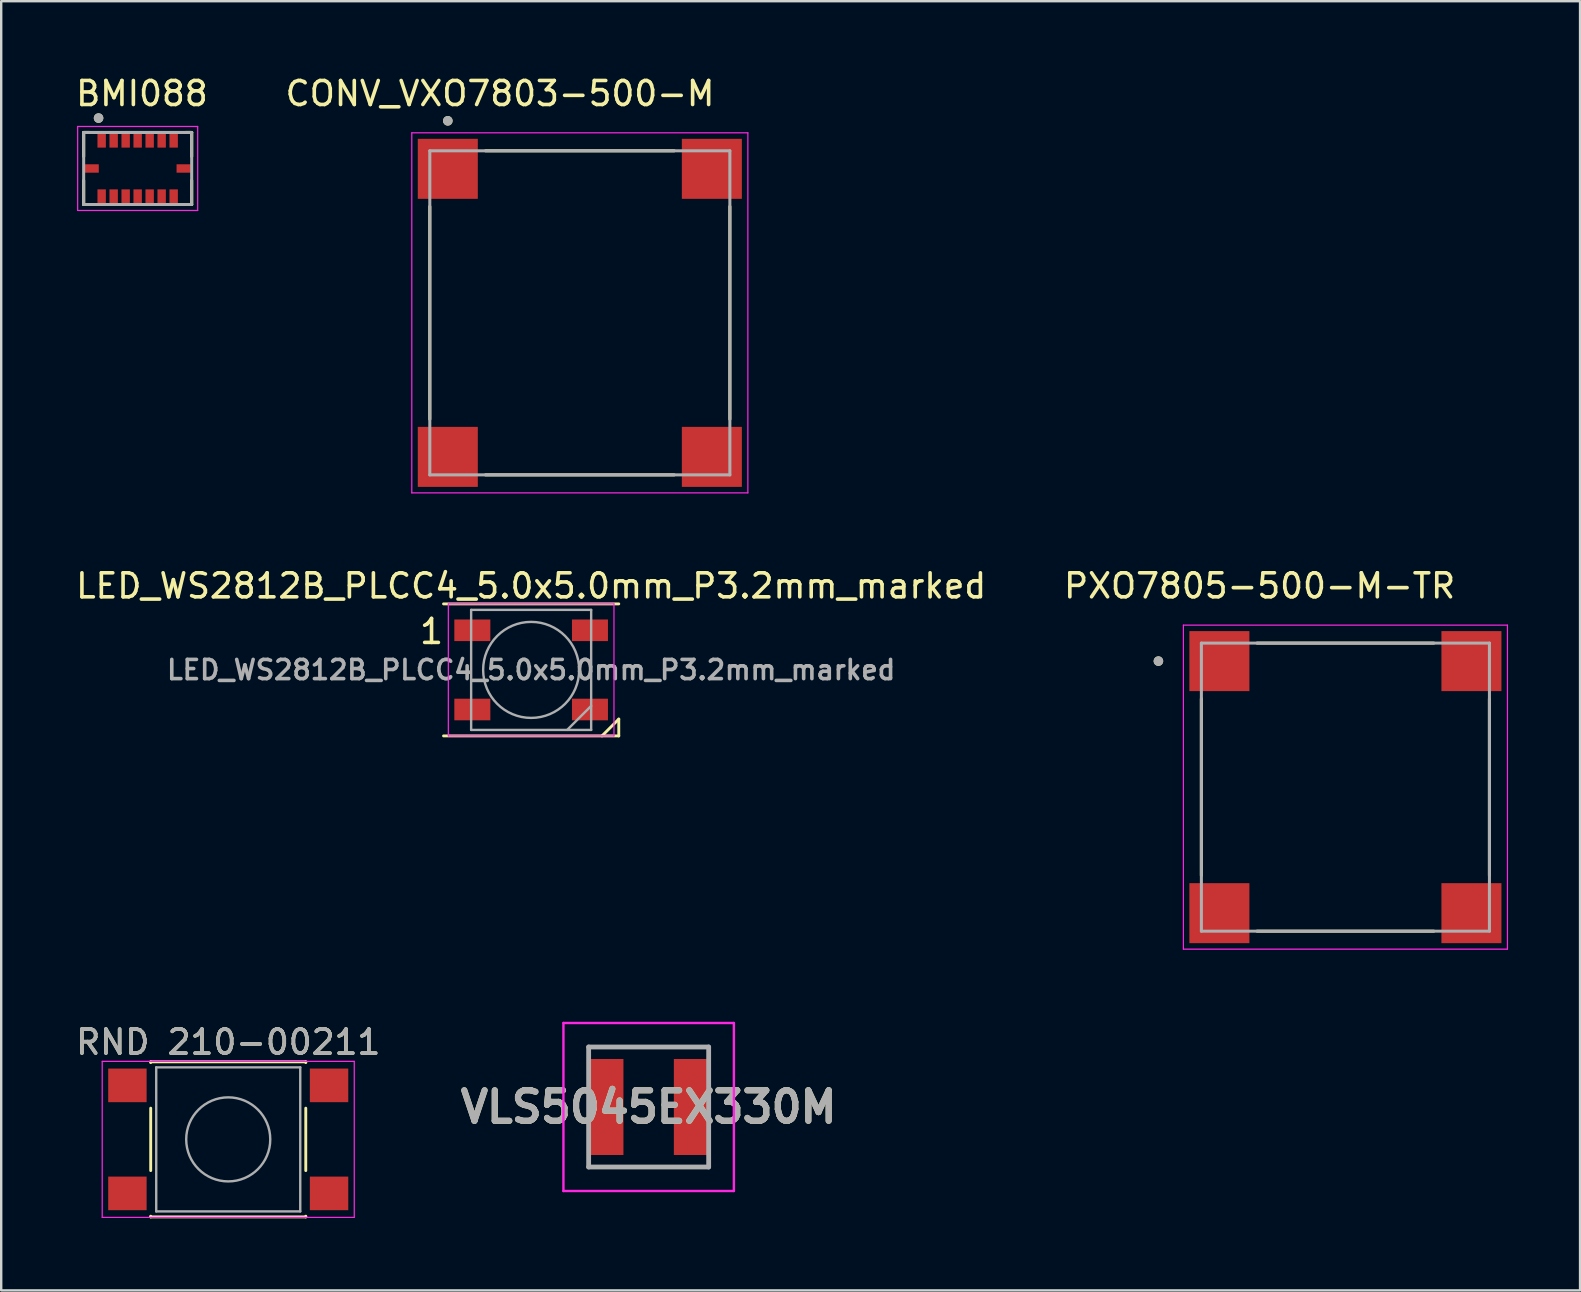
<source format=kicad_pcb>
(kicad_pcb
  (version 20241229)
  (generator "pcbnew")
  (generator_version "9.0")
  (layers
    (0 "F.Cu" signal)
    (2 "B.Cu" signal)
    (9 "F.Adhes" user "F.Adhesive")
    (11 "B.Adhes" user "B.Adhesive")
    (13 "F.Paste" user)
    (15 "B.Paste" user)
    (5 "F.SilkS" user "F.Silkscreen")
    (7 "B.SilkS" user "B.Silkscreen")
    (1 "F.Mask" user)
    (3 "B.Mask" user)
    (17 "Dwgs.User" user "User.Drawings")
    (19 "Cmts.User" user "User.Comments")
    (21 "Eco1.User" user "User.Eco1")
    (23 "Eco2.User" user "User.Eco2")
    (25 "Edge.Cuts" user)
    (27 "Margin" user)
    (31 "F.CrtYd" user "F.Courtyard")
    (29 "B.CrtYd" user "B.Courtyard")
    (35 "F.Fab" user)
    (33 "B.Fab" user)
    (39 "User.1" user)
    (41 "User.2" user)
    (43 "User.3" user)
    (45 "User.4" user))
  (footprint "RND 210-00211"
    (layer "F.Cu")
    (at 6.458 44.415)
    (property "Reference" "RND 210-00211" (at 0 -4.05 0) (layer "F.SilkS") (effects (font (size 1 1) (thickness 0.15))))
    (attr smd)
    (fp_line (start -3.23 -3.23) (end 3.23 -3.23) (stroke (width 0.12) (type solid)) (layer "F.SilkS"))
    (fp_line (start -3.23 -3.2) (end -3.23 -3.23) (stroke (width 0.12) (type solid)) (layer "F.SilkS"))
    (fp_line (start -3.23 -1.3) (end -3.23 1.3) (stroke (width 0.12) (type solid)) (layer "F.SilkS"))
    (fp_line (start -3.23 3.23) (end -3.23 3.2) (stroke (width 0.12) (type solid)) (layer "F.SilkS"))
    (fp_line (start -3.23 3.23) (end 3.23 3.23) (stroke (width 0.12) (type solid)) (layer "F.SilkS"))
    (fp_line (start 3.23 -3.23) (end 3.23 -3.2) (stroke (width 0.12) (type solid)) (layer "F.SilkS"))
    (fp_line (start 3.23 -1.3) (end 3.23 1.3) (stroke (width 0.12) (type solid)) (layer "F.SilkS"))
    (fp_line (start 3.23 3.23) (end 3.23 3.2) (stroke (width 0.12) (type solid)) (layer "F.SilkS"))
    (fp_line (start -5.25 -3.25) (end -5.25 3.25) (stroke (width 0.05) (type solid)) (layer "F.CrtYd"))
    (fp_line (start -5.25 -3.25) (end 5.25 -3.25) (stroke (width 0.05) (type solid)) (layer "F.CrtYd"))
    (fp_line (start -5.25 3.25) (end 5.25 3.25) (stroke (width 0.05) (type solid)) (layer "F.CrtYd"))
    (fp_line (start 5.25 3.25) (end 5.25 -3.25) (stroke (width 0.05) (type solid)) (layer "F.CrtYd"))
    (fp_line (start -3 -3) (end -3 3) (stroke (width 0.1) (type solid)) (layer "F.Fab"))
    (fp_line (start -3 3) (end 3 3) (stroke (width 0.1) (type solid)) (layer "F.Fab"))
    (fp_line (start 3 -3) (end -3 -3) (stroke (width 0.1) (type solid)) (layer "F.Fab"))
    (fp_line (start 3 3) (end 3 -3) (stroke (width 0.1) (type solid)) (layer "F.Fab"))
    (fp_circle (center 0 0) (end 1.75 -0.05) (stroke (width 0.1) (type solid)) (fill no) (layer "F.Fab"))
    (fp_text user "${REFERENCE}" (at 0 -4.05 0) (layer "F.Fab") (effects (font (size 1 1) (thickness 0.15))))
    (pad "1" smd rect (at -4.2 -2.25) (size 1.6 1.4) (layers "F.Cu" "F.Mask" "F.Paste"))
    (pad "1" smd rect (at 4.2 -2.25) (size 1.6 1.4) (layers "F.Cu" "F.Mask" "F.Paste"))
    (pad "2" smd rect (at -4.2 2.25) (size 1.6 1.4) (layers "F.Cu" "F.Mask" "F.Paste"))
    (pad "2" smd rect (at 4.2 2.25) (size 1.6 1.4) (layers "F.Cu" "F.Mask" "F.Paste")))
  (footprint "PXO7805-500-M-TR"
    (layer "F.Cu")
    (at 52.998 29.741)
    (property "Reference" "PXO7805-500-M-TR" (at -3.575 -8.385 0) (layer "F.SilkS") (effects (font (size 1 1) (thickness 0.15))))
    (attr smd)
    (fp_line (start -6 -3.68) (end -6 3.68) (stroke (width 0.127) (type solid)) (layer "F.SilkS"))
    (fp_line (start -3.68 -6) (end 3.68 -6) (stroke (width 0.127) (type solid)) (layer "F.SilkS"))
    (fp_line (start -3.68 6) (end 3.68 6) (stroke (width 0.127) (type solid)) (layer "F.SilkS"))
    (fp_line (start 6 -3.68) (end 6 3.68) (stroke (width 0.127) (type solid)) (layer "F.SilkS"))
    (fp_circle (center -7.79 -5.25) (end -7.69 -5.25) (stroke (width 0.2) (type solid)) (fill no) (layer "F.SilkS"))
    (fp_line (start -6.75 -6.75) (end -6.75 6.75) (stroke (width 0.05) (type solid)) (layer "F.CrtYd"))
    (fp_line (start -6.75 6.75) (end 6.75 6.75) (stroke (width 0.05) (type solid)) (layer "F.CrtYd"))
    (fp_line (start 6.75 -6.75) (end -6.75 -6.75) (stroke (width 0.05) (type solid)) (layer "F.CrtYd"))
    (fp_line (start 6.75 6.75) (end 6.75 -6.75) (stroke (width 0.05) (type solid)) (layer "F.CrtYd"))
    (fp_line (start -6 -6) (end 6 -6) (stroke (width 0.127) (type solid)) (layer "F.Fab"))
    (fp_line (start -6 6) (end -6 -6) (stroke (width 0.127) (type solid)) (layer "F.Fab"))
    (fp_line (start 6 -6) (end 6 6) (stroke (width 0.127) (type solid)) (layer "F.Fab"))
    (fp_line (start 6 6) (end -6 6) (stroke (width 0.127) (type solid)) (layer "F.Fab"))
    (fp_circle (center -7.79 -5.25) (end -7.69 -5.25) (stroke (width 0.2) (type solid)) (fill no) (layer "F.Fab"))
    (pad "1" smd rect (at -5.25 -5.25) (size 2.5 2.5) (layers "F.Cu" "F.Mask" "F.Paste"))
    (pad "2" smd rect (at -5.25 5.25) (size 2.5 2.5) (layers "F.Cu" "F.Mask" "F.Paste"))
    (pad "3" smd rect (at 5.25 5.25) (size 2.5 2.5) (layers "F.Cu" "F.Mask" "F.Paste"))
    (pad "4" smd rect (at 5.25 -5.25) (size 2.5 2.5) (layers "F.Cu" "F.Mask" "F.Paste")))
  (footprint "BMI088"
    (layer "F.Cu")
    (at 2.685 3.969)
    (property "Reference" "BMI088" (at 0.178 -3.121 0) (layer "F.SilkS") (effects (font (size 1 1) (thickness 0.15))))
    (attr smd)
    (fp_line (start -2.25 -1.5) (end -2 -1.5) (stroke (width 0.127) (type solid)) (layer "F.SilkS"))
    (fp_line (start -2.25 -0.5) (end -2.25 -1.5) (stroke (width 0.127) (type solid)) (layer "F.SilkS"))
    (fp_line (start -2.25 1.5) (end -2.25 0.5) (stroke (width 0.127) (type solid)) (layer "F.SilkS"))
    (fp_line (start -2 1.5) (end -2.25 1.5) (stroke (width 0.127) (type solid)) (layer "F.SilkS"))
    (fp_line (start 2.25 -1.5) (end 2 -1.5) (stroke (width 0.127) (type solid)) (layer "F.SilkS"))
    (fp_line (start 2.25 -0.5) (end 2.25 -1.5) (stroke (width 0.127) (type solid)) (layer "F.SilkS"))
    (fp_line (start 2.25 0.5) (end 2.25 1.5) (stroke (width 0.127) (type solid)) (layer "F.SilkS"))
    (fp_line (start 2.25 1.5) (end 2 1.5) (stroke (width 0.127) (type solid)) (layer "F.SilkS"))
    (fp_circle (center -1.629 -2.1) (end -1.529 -2.1) (stroke (width 0.2) (type solid)) (fill no) (layer "F.SilkS"))
    (fp_line (start -2.5 -1.75) (end 2.5 -1.75) (stroke (width 0.05) (type solid)) (layer "F.CrtYd"))
    (fp_line (start -2.5 1.75) (end -2.5 -1.75) (stroke (width 0.05) (type solid)) (layer "F.CrtYd"))
    (fp_line (start 2.5 -1.75) (end 2.5 1.75) (stroke (width 0.05) (type solid)) (layer "F.CrtYd"))
    (fp_line (start 2.5 1.75) (end -2.5 1.75) (stroke (width 0.05) (type solid)) (layer "F.CrtYd"))
    (fp_line (start -2.25 -1.5) (end 2.25 -1.5) (stroke (width 0.127) (type solid)) (layer "F.Fab"))
    (fp_line (start -2.25 1.5) (end -2.25 -1.5) (stroke (width 0.127) (type solid)) (layer "F.Fab"))
    (fp_line (start 2.25 -1.5) (end 2.25 1.5) (stroke (width 0.127) (type solid)) (layer "F.Fab"))
    (fp_line (start 2.25 1.5) (end -2.25 1.5) (stroke (width 0.127) (type solid)) (layer "F.Fab"))
    (fp_circle (center -1.629 -2.1) (end -1.529 -2.1) (stroke (width 0.2) (type solid)) (fill no) (layer "F.Fab"))
    (pad "1" smd rect (at -1.5 -1.165 270) (size 0.59 0.35) (layers "F.Cu" "F.Mask" "F.Paste"))
    (pad "2" smd rect (at -1 -1.165 270) (size 0.59 0.35) (layers "F.Cu" "F.Mask" "F.Paste"))
    (pad "3" smd rect (at -0.5 -1.165 270) (size 0.59 0.35) (layers "F.Cu" "F.Mask" "F.Paste"))
    (pad "4" smd rect (at 0 -1.165 270) (size 0.59 0.35) (layers "F.Cu" "F.Mask" "F.Paste"))
    (pad "5" smd rect (at 0.5 -1.165 270) (size 0.59 0.35) (layers "F.Cu" "F.Mask" "F.Paste"))
    (pad "6" smd rect (at 1 -1.165 270) (size 0.59 0.35) (layers "F.Cu" "F.Mask" "F.Paste"))
    (pad "7" smd rect (at 1.5 -1.165 270) (size 0.59 0.35) (layers "F.Cu" "F.Mask" "F.Paste"))
    (pad "8" smd rect (at 1.915 0 180) (size 0.59 0.35) (layers "F.Cu" "F.Mask" "F.Paste"))
    (pad "9" smd rect (at 1.5 1.165 90) (size 0.59 0.35) (layers "F.Cu" "F.Mask" "F.Paste"))
    (pad "10" smd rect (at 1 1.165 90) (size 0.59 0.35) (layers "F.Cu" "F.Mask" "F.Paste"))
    (pad "11" smd rect (at 0.5 1.165 90) (size 0.59 0.35) (layers "F.Cu" "F.Mask" "F.Paste"))
    (pad "12" smd rect (at 0 1.165 90) (size 0.59 0.35) (layers "F.Cu" "F.Mask" "F.Paste"))
    (pad "13" smd rect (at -0.5 1.165 90) (size 0.59 0.35) (layers "F.Cu" "F.Mask" "F.Paste"))
    (pad "14" smd rect (at -1 1.165 90) (size 0.59 0.35) (layers "F.Cu" "F.Mask" "F.Paste"))
    (pad "15" smd rect (at -1.5 1.165 90) (size 0.59 0.35) (layers "F.Cu" "F.Mask" "F.Paste"))
    (pad "16" smd rect (at -1.915 0) (size 0.59 0.35) (layers "F.Cu" "F.Mask" "F.Paste")))
  (footprint "CONV_VXO7803-500-M"
    (layer "F.Cu")
    (at 21.105 9.983)
    (property "Reference" "CONV_VXO7803-500-M" (at -3.325 -9.135 0) (layer "F.SilkS") (effects (font (size 1 1) (thickness 0.15))))
    (attr smd)
    (fp_line (start -6.25 4.43) (end -6.25 -4.43) (stroke (width 0.127) (type solid)) (layer "F.SilkS"))
    (fp_line (start -3.93 -6.75) (end 3.93 -6.75) (stroke (width 0.127) (type solid)) (layer "F.SilkS"))
    (fp_line (start 3.93 6.75) (end -3.93 6.75) (stroke (width 0.127) (type solid)) (layer "F.SilkS"))
    (fp_line (start 6.25 -4.43) (end 6.25 4.43) (stroke (width 0.127) (type solid)) (layer "F.SilkS"))
    (fp_circle (center -5.5 -8) (end -5.4 -8) (stroke (width 0.2) (type solid)) (fill no) (layer "F.SilkS"))
    (fp_line (start -7 -7.5) (end 7 -7.5) (stroke (width 0.05) (type solid)) (layer "F.CrtYd"))
    (fp_line (start -7 7.5) (end -7 -7.5) (stroke (width 0.05) (type solid)) (layer "F.CrtYd"))
    (fp_line (start 7 -7.5) (end 7 7.5) (stroke (width 0.05) (type solid)) (layer "F.CrtYd"))
    (fp_line (start 7 7.5) (end -7 7.5) (stroke (width 0.05) (type solid)) (layer "F.CrtYd"))
    (fp_line (start -6.25 -6.75) (end 6.25 -6.75) (stroke (width 0.127) (type solid)) (layer "F.Fab"))
    (fp_line (start -6.25 6.75) (end -6.25 -6.75) (stroke (width 0.127) (type solid)) (layer "F.Fab"))
    (fp_line (start 6.25 -6.75) (end 6.25 6.75) (stroke (width 0.127) (type solid)) (layer "F.Fab"))
    (fp_line (start 6.25 6.75) (end -6.25 6.75) (stroke (width 0.127) (type solid)) (layer "F.Fab"))
    (fp_circle (center -5.5 -8) (end -5.4 -8) (stroke (width 0.2) (type solid)) (fill no) (layer "F.Fab"))
    (pad "1" smd rect (at -5.5 -6) (size 2.5 2.5) (layers "F.Cu" "F.Mask" "F.Paste"))
    (pad "2" smd rect (at 5.5 -6) (size 2.5 2.5) (layers "F.Cu" "F.Mask" "F.Paste"))
    (pad "3" smd rect (at 5.5 6) (size 2.5 2.5) (layers "F.Cu" "F.Mask" "F.Paste"))
    (pad "4" smd rect (at -5.5 6) (size 2.5 2.5) (layers "F.Cu" "F.Mask" "F.Paste")))
  (footprint "LED_WS2812B_PLCC4_5.0x5.0mm_P3.2mm_marked"
    (layer "F.Cu")
    (at 19.077 24.857)
    (property "Reference" "LED_WS2812B_PLCC4_5.0x5.0mm_P3.2mm_marked" (at 0 -3.5 0) (layer "F.SilkS") (effects (font (size 1 1) (thickness 0.15))))
    (attr smd)
    (fp_line (start -3.65 -2.75) (end 3.65 -2.75) (stroke (width 0.12) (type solid)) (layer "F.SilkS"))
    (fp_line (start -3.65 2.75) (end 3.65 2.75) (stroke (width 0.12) (type solid)) (layer "F.SilkS"))
    (fp_line (start 3.65 2.05) (end 2.95 2.75) (stroke (width 0.12) (type default)) (layer "F.SilkS"))
    (fp_line (start 3.65 2.75) (end 3.65 2.05) (stroke (width 0.12) (type solid)) (layer "F.SilkS"))
    (fp_line (start -3.45 -2.75) (end -3.45 2.75) (stroke (width 0.05) (type solid)) (layer "F.CrtYd"))
    (fp_line (start -3.45 2.75) (end 3.45 2.75) (stroke (width 0.05) (type solid)) (layer "F.CrtYd"))
    (fp_line (start 3.45 -2.75) (end -3.45 -2.75) (stroke (width 0.05) (type solid)) (layer "F.CrtYd"))
    (fp_line (start 3.45 2.75) (end 3.45 -2.75) (stroke (width 0.05) (type solid)) (layer "F.CrtYd"))
    (fp_line (start -2.5 -2.5) (end -2.5 2.5) (stroke (width 0.1) (type solid)) (layer "F.Fab"))
    (fp_line (start -2.5 2.5) (end 2.5 2.5) (stroke (width 0.1) (type solid)) (layer "F.Fab"))
    (fp_line (start 2.5 -2.5) (end -2.5 -2.5) (stroke (width 0.1) (type solid)) (layer "F.Fab"))
    (fp_line (start 2.5 1.5) (end 1.5 2.5) (stroke (width 0.1) (type solid)) (layer "F.Fab"))
    (fp_line (start 2.5 2.5) (end 2.5 -2.5) (stroke (width 0.1) (type solid)) (layer "F.Fab"))
    (fp_circle (center 0 0) (end 0 -2) (stroke (width 0.1) (type solid)) (fill no) (layer "F.Fab"))
    (fp_text user "1" (at -4.15 -1.6 0) (layer "F.SilkS") (effects (font (size 1 1) (thickness 0.15))))
    (fp_text user "${REFERENCE}" (at 0 0 0) (layer "F.Fab") (effects (font (size 0.8 0.8) (thickness 0.15))))
    (pad "1" smd rect (at -2.45 -1.65) (size 1.5 0.9) (layers "F.Cu" "F.Mask" "F.Paste"))
    (pad "2" smd rect (at -2.45 1.65) (size 1.5 0.9) (layers "F.Cu" "F.Mask" "F.Paste"))
    (pad "3" smd rect (at 2.45 1.65) (size 1.5 0.9) (layers "F.Cu" "F.Mask" "F.Paste"))
    (pad "4" smd rect (at 2.45 -1.65) (size 1.5 0.9) (layers "F.Cu" "F.Mask" "F.Paste")))
  (footprint "VLS5045EX330M"
    (layer "F.Cu")
    (at 23.972 43.066)
    (property "Reference" "VLS5045EX330M" (at 0 0 0) (layer "F.SilkS") (effects (font (size 1.27 1.27) (thickness 0.254))))
    (attr smd)
    (fp_line (start -2.5 -2.5) (end 2.5 -2.5) (stroke (width 0.1) (type solid)) (layer "F.SilkS"))
    (fp_line (start -2.5 2.5) (end 2.54 2.5) (stroke (width 0.1) (type solid)) (layer "F.SilkS"))
    (fp_line (start -3.55 -3.5) (end 3.55 -3.5) (stroke (width 0.1) (type solid)) (layer "F.CrtYd"))
    (fp_line (start -3.55 3.5) (end -3.55 -3.5) (stroke (width 0.1) (type solid)) (layer "F.CrtYd"))
    (fp_line (start 3.55 -3.5) (end 3.55 3.5) (stroke (width 0.1) (type solid)) (layer "F.CrtYd"))
    (fp_line (start 3.55 3.5) (end -3.55 3.5) (stroke (width 0.1) (type solid)) (layer "F.CrtYd"))
    (fp_line (start -2.5 -2.5) (end 2.5 -2.5) (stroke (width 0.2) (type solid)) (layer "F.Fab"))
    (fp_line (start -2.5 2.5) (end -2.5 -2.5) (stroke (width 0.2) (type solid)) (layer "F.Fab"))
    (fp_line (start 2.5 -2.5) (end 2.5 2.5) (stroke (width 0.2) (type solid)) (layer "F.Fab"))
    (fp_line (start 2.5 2.5) (end -2.5 2.5) (stroke (width 0.2) (type solid)) (layer "F.Fab"))
    (fp_text user "${REFERENCE}" (at 0 0 0) (layer "F.Fab") (effects (font (size 1.27 1.27) (thickness 0.254))))
    (pad "1" smd rect (at -1.8 0) (size 1.5 4) (layers "F.Cu" "F.Mask" "F.Paste"))
    (pad "2" smd rect (at 1.8 0) (size 1.5 4) (layers "F.Cu" "F.Mask" "F.Paste")))
  (gr_rect
    (start -3 -3)
    (end 62.773 50.705)
    (stroke (width 0.1) (type default))
    (fill no)
    (layer "Edge.Cuts")))
</source>
